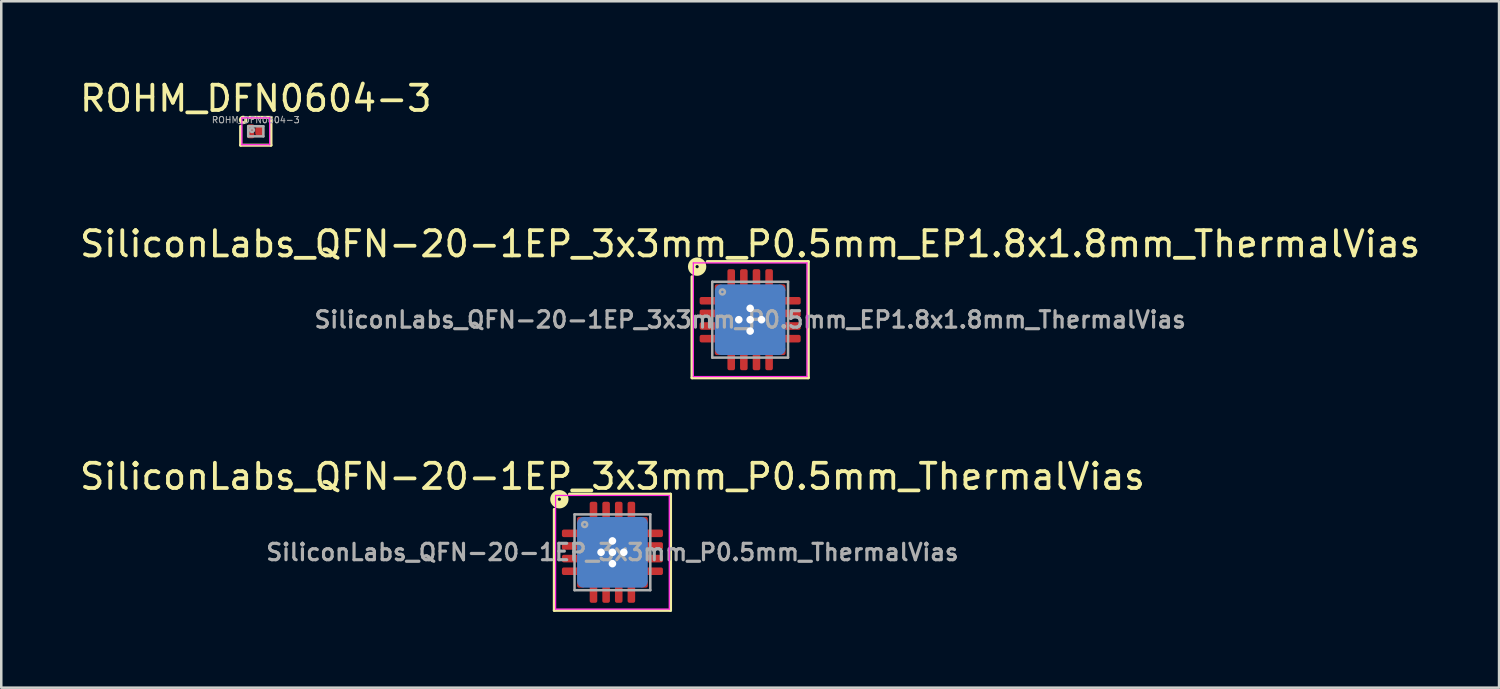
<source format=kicad_pcb>
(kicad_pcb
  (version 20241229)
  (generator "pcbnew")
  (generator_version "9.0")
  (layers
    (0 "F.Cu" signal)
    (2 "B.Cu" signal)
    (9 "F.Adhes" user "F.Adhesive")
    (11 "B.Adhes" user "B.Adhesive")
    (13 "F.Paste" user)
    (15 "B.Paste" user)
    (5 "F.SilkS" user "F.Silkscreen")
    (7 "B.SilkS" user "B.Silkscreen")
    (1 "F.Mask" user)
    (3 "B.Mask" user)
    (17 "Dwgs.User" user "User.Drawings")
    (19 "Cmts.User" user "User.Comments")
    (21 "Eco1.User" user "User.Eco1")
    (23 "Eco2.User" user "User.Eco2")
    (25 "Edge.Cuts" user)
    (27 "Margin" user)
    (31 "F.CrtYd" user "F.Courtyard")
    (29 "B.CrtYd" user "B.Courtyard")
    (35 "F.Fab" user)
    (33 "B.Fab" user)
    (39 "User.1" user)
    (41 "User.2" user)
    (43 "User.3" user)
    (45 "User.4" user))
  (footprint "ROHM_DFN0604-3"
    (layer "F.Cu")
    (at 7.077 2.148)
    (property "Reference" "ROHM_DFN0604-3" (at 0 -1.3 0) (layer "F.SilkS") (effects (font (size 1 1) (thickness 0.15))))
    (attr smd)
    (fp_line (start -0.6 -0.2) (end -0.6 0.55) (stroke (width 0.12) (type solid)) (layer "F.SilkS"))
    (fp_line (start -0.6 0.55) (end 0.6 0.55) (stroke (width 0.12) (type solid)) (layer "F.SilkS"))
    (fp_line (start 0.6 -0.55) (end -0.25 -0.55) (stroke (width 0.12) (type solid)) (layer "F.SilkS"))
    (fp_line (start 0.6 0.55) (end 0.6 -0.55) (stroke (width 0.12) (type solid)) (layer "F.SilkS"))
    (fp_circle (center -0.5 -0.45) (end -0.45 -0.45) (stroke (width 0.12) (type solid)) (fill no) (layer "F.SilkS"))
    (fp_line (start -0.55 -0.53) (end 0.55 -0.53) (stroke (width 0.05) (type solid)) (layer "F.CrtYd"))
    (fp_line (start -0.55 0.53) (end -0.55 -0.53) (stroke (width 0.05) (type solid)) (layer "F.CrtYd"))
    (fp_line (start 0.55 -0.53) (end 0.55 0.53) (stroke (width 0.05) (type solid)) (layer "F.CrtYd"))
    (fp_line (start 0.55 0.53) (end -0.55 0.53) (stroke (width 0.05) (type solid)) (layer "F.CrtYd"))
    (fp_line (start -0.3 -0.2) (end 0.3 -0.2) (stroke (width 0.1) (type solid)) (layer "F.Fab"))
    (fp_line (start -0.3 0.2) (end -0.3 -0.2) (stroke (width 0.1) (type solid)) (layer "F.Fab"))
    (fp_line (start 0.3 -0.2) (end 0.3 0.2) (stroke (width 0.1) (type solid)) (layer "F.Fab"))
    (fp_line (start 0.3 0.2) (end -0.3 0.2) (stroke (width 0.1) (type solid)) (layer "F.Fab"))
    (fp_circle (center -0.15 -0.05) (end -0.125 -0.05) (stroke (width 0.1) (type solid)) (fill no) (layer "F.Fab"))
    (fp_text user "${REFERENCE}" (at 0 -0.45 0) (layer "F.Fab") (effects (font (size 0.25 0.25) (thickness 0.04))))
    (pad "1" smd roundrect (at -0.195 -0.15 270) (size 0.25 0.27) (layers "F.Cu" "F.Mask" "F.Paste") (roundrect_rratio 0.25))
    (pad "2" smd roundrect (at -0.195 0.15 270) (size 0.25 0.27) (layers "F.Cu" "F.Mask" "F.Paste") (roundrect_rratio 0.25))
    (pad "3" smd roundrect (at 0.155 0 270) (size 0.35 0.35) (layers "F.Cu" "F.Mask" "F.Paste") (roundrect_rratio 0.25)))
  (footprint "SiliconLabs_QFN-20-1EP_3x3mm_P0.5mm_EP1.8x1.8mm_ThermalVias"
    (layer "F.Cu")
    (at 26.649 9.607)
    (property "Reference" "SiliconLabs_QFN-20-1EP_3x3mm_P0.5mm_EP1.8x1.8mm_ThermalVias" (at 0 -3 0) (layer "F.SilkS") (effects (font (size 1 1) (thickness 0.15))))
    (attr smd)
    (fp_line (start -2.3 2.3) (end -2.3 -1.7) (stroke (width 0.12) (type solid)) (layer "F.SilkS"))
    (fp_line (start -1.7 -2.3) (end 2.3 -2.3) (stroke (width 0.12) (type solid)) (layer "F.SilkS"))
    (fp_line (start 2.3 -2.3) (end 2.3 2.3) (stroke (width 0.12) (type solid)) (layer "F.SilkS"))
    (fp_line (start 2.3 2.3) (end -2.3 2.3) (stroke (width 0.12) (type solid)) (layer "F.SilkS"))
    (fp_circle (center -2.1 -2.1) (end -2.037 -2.1) (stroke (width 0.3) (type solid)) (fill no) (layer "F.SilkS"))
    (fp_line (start -2.25 -2.25) (end -2.25 2.25) (stroke (width 0.05) (type solid)) (layer "F.CrtYd"))
    (fp_line (start -2.25 2.25) (end 2.25 2.25) (stroke (width 0.05) (type solid)) (layer "F.CrtYd"))
    (fp_line (start 2.25 -2.25) (end -2.25 -2.25) (stroke (width 0.05) (type solid)) (layer "F.CrtYd"))
    (fp_line (start 2.25 2.25) (end 2.25 -2.25) (stroke (width 0.05) (type solid)) (layer "F.CrtYd"))
    (fp_line (start -1.5 -1.5) (end 1.5 -1.5) (stroke (width 0.1) (type solid)) (layer "F.Fab"))
    (fp_line (start -1.5 1.5) (end -1.5 -1.5) (stroke (width 0.1) (type solid)) (layer "F.Fab"))
    (fp_line (start 1.5 -1.5) (end 1.5 1.5) (stroke (width 0.1) (type solid)) (layer "F.Fab"))
    (fp_line (start 1.5 1.5) (end -1.5 1.5) (stroke (width 0.1) (type solid)) (layer "F.Fab"))
    (fp_circle (center -1.1 -1.1) (end -1 -1.1) (stroke (width 0.1) (type solid)) (fill no) (layer "F.Fab"))
    (fp_text user "${REFERENCE}" (at 0 0 0) (layer "F.Fab") (effects (font (size 0.65 0.65) (thickness 0.125))))
    (pad "" smd roundrect (at -0.45 -0.45) (size 0.7 0.7) (layers "F.Paste") (roundrect_rratio 0.25))
    (pad "" smd roundrect (at -0.45 0.45) (size 0.7 0.7) (layers "F.Paste") (roundrect_rratio 0.25))
    (pad "" smd roundrect (at 0.45 -0.45) (size 0.7 0.7) (layers "F.Paste") (roundrect_rratio 0.25))
    (pad "" smd roundrect (at 0.45 0.45) (size 0.7 0.7) (layers "F.Paste") (roundrect_rratio 0.25))
    (pad "1" smd roundrect (at -1.25 -1.25) (size 0.3 0.3) (layers "F.Cu" "F.Mask" "F.Paste") (roundrect_rratio 0.25))
    (pad "2" smd roundrect (at -1.55 -0.75) (size 0.9 0.3) (layers "F.Cu" "F.Mask" "F.Paste") (roundrect_rratio 0.25))
    (pad "3" smd roundrect (at -1.55 -0.25) (size 0.9 0.3) (layers "F.Cu" "F.Mask" "F.Paste") (roundrect_rratio 0.25))
    (pad "4" smd roundrect (at -1.55 0.25) (size 0.9 0.3) (layers "F.Cu" "F.Mask" "F.Paste") (roundrect_rratio 0.25))
    (pad "5" smd roundrect (at -1.55 0.75) (size 0.9 0.3) (layers "F.Cu" "F.Mask" "F.Paste") (roundrect_rratio 0.25))
    (pad "6" smd roundrect (at -1.25 1.25) (size 0.3 0.3) (layers "F.Cu" "F.Mask" "F.Paste") (roundrect_rratio 0.25))
    (pad "7" smd roundrect (at -0.75 1.55 90) (size 0.9 0.3) (layers "F.Cu" "F.Mask" "F.Paste") (roundrect_rratio 0.25))
    (pad "8" smd roundrect (at -0.25 1.55 90) (size 0.9 0.3) (layers "F.Cu" "F.Mask" "F.Paste") (roundrect_rratio 0.25))
    (pad "9" smd roundrect (at 0.25 1.55 90) (size 0.9 0.3) (layers "F.Cu" "F.Mask" "F.Paste") (roundrect_rratio 0.25))
    (pad "10" smd roundrect (at 0.75 1.55 90) (size 0.9 0.3) (layers "F.Cu" "F.Mask" "F.Paste") (roundrect_rratio 0.25))
    (pad "11" smd roundrect (at 1.25 1.25) (size 0.3 0.3) (layers "F.Cu" "F.Mask" "F.Paste") (roundrect_rratio 0.25))
    (pad "12" smd roundrect (at 1.55 0.75) (size 0.9 0.3) (layers "F.Cu" "F.Mask" "F.Paste") (roundrect_rratio 0.25))
    (pad "13" smd roundrect (at 1.55 0.25) (size 0.9 0.3) (layers "F.Cu" "F.Mask" "F.Paste") (roundrect_rratio 0.25))
    (pad "14" smd roundrect (at 1.55 -0.25) (size 0.9 0.3) (layers "F.Cu" "F.Mask" "F.Paste") (roundrect_rratio 0.25))
    (pad "15" smd roundrect (at 1.55 -0.75) (size 0.9 0.3) (layers "F.Cu" "F.Mask" "F.Paste") (roundrect_rratio 0.25))
    (pad "16" smd roundrect (at 1.25 -1.25) (size 0.3 0.3) (layers "F.Cu" "F.Mask" "F.Paste") (roundrect_rratio 0.25))
    (pad "17" smd roundrect (at 0.75 -1.55 90) (size 0.9 0.3) (layers "F.Cu" "F.Mask" "F.Paste") (roundrect_rratio 0.25))
    (pad "18" smd roundrect (at 0.25 -1.55 90) (size 0.9 0.3) (layers "F.Cu" "F.Mask" "F.Paste") (roundrect_rratio 0.25))
    (pad "19" smd roundrect (at -0.25 -1.55 90) (size 0.9 0.3) (layers "F.Cu" "F.Mask" "F.Paste") (roundrect_rratio 0.25))
    (pad "20" smd roundrect (at -0.75 -1.55 90) (size 0.9 0.3) (layers "F.Cu" "F.Mask" "F.Paste") (roundrect_rratio 0.25))
    (pad "21" thru_hole circle (at -0.45 0) (size 0.6 0.6) (drill 0.3) (property pad_prop_heatsink) (layers "*.Cu"))
    (pad "21" thru_hole circle (at 0 -0.45) (size 0.6 0.6) (drill 0.3) (property pad_prop_heatsink) (layers "*.Cu"))
    (pad "21" thru_hole circle (at 0 0) (size 0.6 0.6) (drill 0.3) (property pad_prop_heatsink) (layers "*.Cu"))
    (pad "21" smd roundrect (at 0 0) (size 1.8 1.8) (layers "F.Cu" "F.Mask") (roundrect_rratio 0.139))
    (pad "21" smd roundrect (at 0 0) (size 2.8 2.8) (layers "B.Cu" "B.Mask") (roundrect_rratio 0.089))
    (pad "21" thru_hole circle (at 0 0.45) (size 0.6 0.6) (drill 0.3) (property pad_prop_heatsink) (layers "*.Cu"))
    (pad "21" thru_hole circle (at 0.45 0) (size 0.6 0.6) (drill 0.3) (property pad_prop_heatsink) (layers "*.Cu")))
  (footprint "SiliconLabs_QFN-20-1EP_3x3mm_P0.5mm_ThermalVias"
    (layer "F.Cu")
    (at 21.196 18.815)
    (property "Reference" "SiliconLabs_QFN-20-1EP_3x3mm_P0.5mm_ThermalVias" (at 0 -3 0) (layer "F.SilkS") (effects (font (size 1 1) (thickness 0.15))))
    (attr smd)
    (fp_line (start -2.3 2.3) (end -2.3 -1.7) (stroke (width 0.12) (type solid)) (layer "F.SilkS"))
    (fp_line (start -1.7 -2.3) (end 2.3 -2.3) (stroke (width 0.12) (type solid)) (layer "F.SilkS"))
    (fp_line (start 2.3 -2.3) (end 2.3 2.3) (stroke (width 0.12) (type solid)) (layer "F.SilkS"))
    (fp_line (start 2.3 2.3) (end -2.3 2.3) (stroke (width 0.12) (type solid)) (layer "F.SilkS"))
    (fp_circle (center -2.1 -2.1) (end -2.037 -2.1) (stroke (width 0.3) (type solid)) (fill no) (layer "F.SilkS"))
    (fp_line (start -2.25 -2.25) (end -2.25 2.25) (stroke (width 0.05) (type solid)) (layer "F.CrtYd"))
    (fp_line (start -2.25 2.25) (end 2.25 2.25) (stroke (width 0.05) (type solid)) (layer "F.CrtYd"))
    (fp_line (start 2.25 -2.25) (end -2.25 -2.25) (stroke (width 0.05) (type solid)) (layer "F.CrtYd"))
    (fp_line (start 2.25 2.25) (end 2.25 -2.25) (stroke (width 0.05) (type solid)) (layer "F.CrtYd"))
    (fp_line (start -1.5 -1.5) (end 1.5 -1.5) (stroke (width 0.1) (type solid)) (layer "F.Fab"))
    (fp_line (start -1.5 1.5) (end -1.5 -1.5) (stroke (width 0.1) (type solid)) (layer "F.Fab"))
    (fp_line (start 1.5 -1.5) (end 1.5 1.5) (stroke (width 0.1) (type solid)) (layer "F.Fab"))
    (fp_line (start 1.5 1.5) (end -1.5 1.5) (stroke (width 0.1) (type solid)) (layer "F.Fab"))
    (fp_circle (center -1.1 -1.1) (end -1 -1.1) (stroke (width 0.1) (type solid)) (fill no) (layer "F.Fab"))
    (fp_text user "${REFERENCE}" (at 0 0 0) (layer "F.Fab") (effects (font (size 0.65 0.65) (thickness 0.125))))
    (pad "" smd roundrect (at -0.45 -0.45) (size 0.7 0.7) (layers "F.Paste") (roundrect_rratio 0.25))
    (pad "" smd roundrect (at -0.45 0.45) (size 0.7 0.7) (layers "F.Paste") (roundrect_rratio 0.25))
    (pad "" smd roundrect (at 0.45 -0.45) (size 0.7 0.7) (layers "F.Paste") (roundrect_rratio 0.25))
    (pad "" smd roundrect (at 0.45 0.45) (size 0.7 0.7) (layers "F.Paste") (roundrect_rratio 0.25))
    (pad "1" smd roundrect (at -1.25 -1.25) (size 0.3 0.3) (layers "F.Cu" "F.Mask" "F.Paste") (roundrect_rratio 0.25))
    (pad "2" smd roundrect (at -1.55 -0.75) (size 0.9 0.3) (layers "F.Cu" "F.Mask" "F.Paste") (roundrect_rratio 0.25))
    (pad "3" smd roundrect (at -1.55 -0.25) (size 0.9 0.3) (layers "F.Cu" "F.Mask" "F.Paste") (roundrect_rratio 0.25))
    (pad "4" smd roundrect (at -1.55 0.25) (size 0.9 0.3) (layers "F.Cu" "F.Mask" "F.Paste") (roundrect_rratio 0.25))
    (pad "5" smd roundrect (at -1.55 0.75) (size 0.9 0.3) (layers "F.Cu" "F.Mask" "F.Paste") (roundrect_rratio 0.25))
    (pad "6" smd roundrect (at -1.25 1.25) (size 0.3 0.3) (layers "F.Cu" "F.Mask" "F.Paste") (roundrect_rratio 0.25))
    (pad "7" smd roundrect (at -0.75 1.55 90) (size 0.9 0.3) (layers "F.Cu" "F.Mask" "F.Paste") (roundrect_rratio 0.25))
    (pad "8" smd roundrect (at -0.25 1.55 90) (size 0.9 0.3) (layers "F.Cu" "F.Mask" "F.Paste") (roundrect_rratio 0.25))
    (pad "9" smd roundrect (at 0.25 1.55 90) (size 0.9 0.3) (layers "F.Cu" "F.Mask" "F.Paste") (roundrect_rratio 0.25))
    (pad "10" smd roundrect (at 0.75 1.55 90) (size 0.9 0.3) (layers "F.Cu" "F.Mask" "F.Paste") (roundrect_rratio 0.25))
    (pad "11" smd roundrect (at 1.25 1.25) (size 0.3 0.3) (layers "F.Cu" "F.Mask" "F.Paste") (roundrect_rratio 0.25))
    (pad "12" smd roundrect (at 1.55 0.75) (size 0.9 0.3) (layers "F.Cu" "F.Mask" "F.Paste") (roundrect_rratio 0.25))
    (pad "13" smd roundrect (at 1.55 0.25) (size 0.9 0.3) (layers "F.Cu" "F.Mask" "F.Paste") (roundrect_rratio 0.25))
    (pad "14" smd roundrect (at 1.55 -0.25) (size 0.9 0.3) (layers "F.Cu" "F.Mask" "F.Paste") (roundrect_rratio 0.25))
    (pad "15" smd roundrect (at 1.55 -0.75) (size 0.9 0.3) (layers "F.Cu" "F.Mask" "F.Paste") (roundrect_rratio 0.25))
    (pad "16" smd roundrect (at 1.25 -1.25) (size 0.3 0.3) (layers "F.Cu" "F.Mask" "F.Paste") (roundrect_rratio 0.25))
    (pad "17" smd roundrect (at 0.75 -1.55 90) (size 0.9 0.3) (layers "F.Cu" "F.Mask" "F.Paste") (roundrect_rratio 0.25))
    (pad "18" smd roundrect (at 0.25 -1.55 90) (size 0.9 0.3) (layers "F.Cu" "F.Mask" "F.Paste") (roundrect_rratio 0.25))
    (pad "19" smd roundrect (at -0.25 -1.55 90) (size 0.9 0.3) (layers "F.Cu" "F.Mask" "F.Paste") (roundrect_rratio 0.25))
    (pad "20" smd roundrect (at -0.75 -1.55 90) (size 0.9 0.3) (layers "F.Cu" "F.Mask" "F.Paste") (roundrect_rratio 0.25))
    (pad "21" thru_hole circle (at -0.45 0) (size 0.6 0.6) (drill 0.3) (property pad_prop_heatsink) (layers "*.Cu"))
    (pad "21" thru_hole circle (at 0 -0.45) (size 0.6 0.6) (drill 0.3) (property pad_prop_heatsink) (layers "*.Cu"))
    (pad "21" thru_hole circle (at 0 0) (size 0.6 0.6) (drill 0.3) (property pad_prop_heatsink) (layers "*.Cu"))
    (pad "21" smd roundrect (at 0 0) (size 1.8 1.8) (layers "F.Cu" "F.Mask") (roundrect_rratio 0.139))
    (pad "21" smd roundrect (at 0 0) (size 2.8 2.8) (layers "B.Cu" "B.Mask") (roundrect_rratio 0.089))
    (pad "21" thru_hole circle (at 0 0.45) (size 0.6 0.6) (drill 0.3) (property pad_prop_heatsink) (layers "*.Cu"))
    (pad "21" thru_hole circle (at 0.45 0) (size 0.6 0.6) (drill 0.3) (property pad_prop_heatsink) (layers "*.Cu")))
  (gr_rect
    (start -3 -3)
    (end 56.298 24.175)
    (stroke (width 0.1) (type default))
    (fill no)
    (layer "Edge.Cuts")))
</source>
